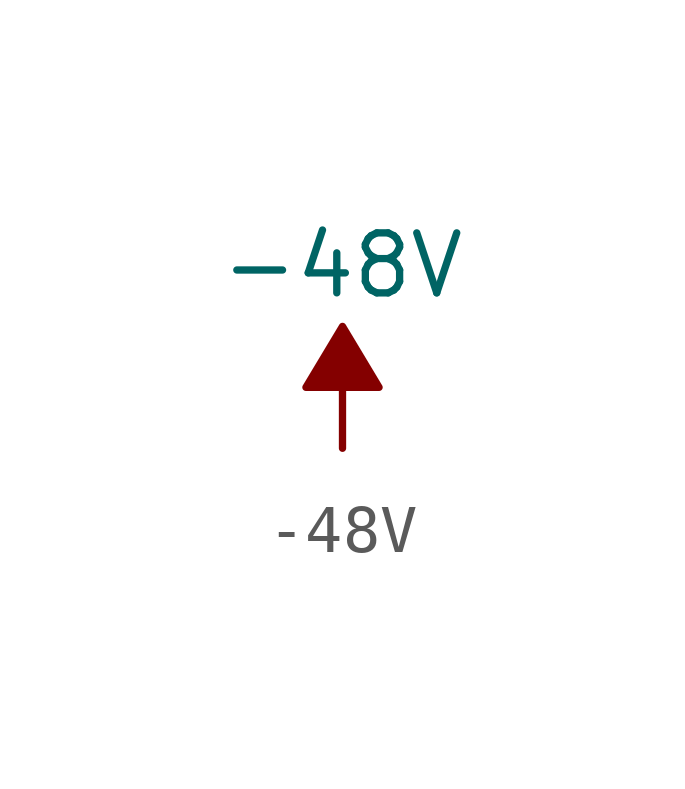
<source format=kicad_sym>
(kicad_symbol_lib
  (version 20231120)
  (generator "kicad_symbol_editor")
  (generator_version "8.0")
  (symbol "-48V"
    (power)
    (pin_numbers hide)
    (pin_names
      (offset 0) hide)
    (property "Reference" "#PWR"
      (at 0 -11 0)
      (effects (font (size 1.25 1.25)) (hide yes)))
    (property "Value" "-48V"
      (at 0 3.81 0)
      (do_not_autoplace)
      (effects (font (size 1.25 1.25))))
    (symbol "-48V_0_1"
      (polyline (pts (xy 0 0) (xy 0 1.27) (xy 0.762 1.27) (xy 0 2.54) (xy -0.762 1.27) (xy 0 1.27)) (stroke (width 0) (type default)) (fill (type outline))))
    (symbol "-48V_1_0"
      (pin power_in line (at 0 0 90) (length 0) hide (name "-48V" (effects (font (size 1.25 1.25)))) (number "1" (effects (font (size 1.25 1.25))))))))
</source>
